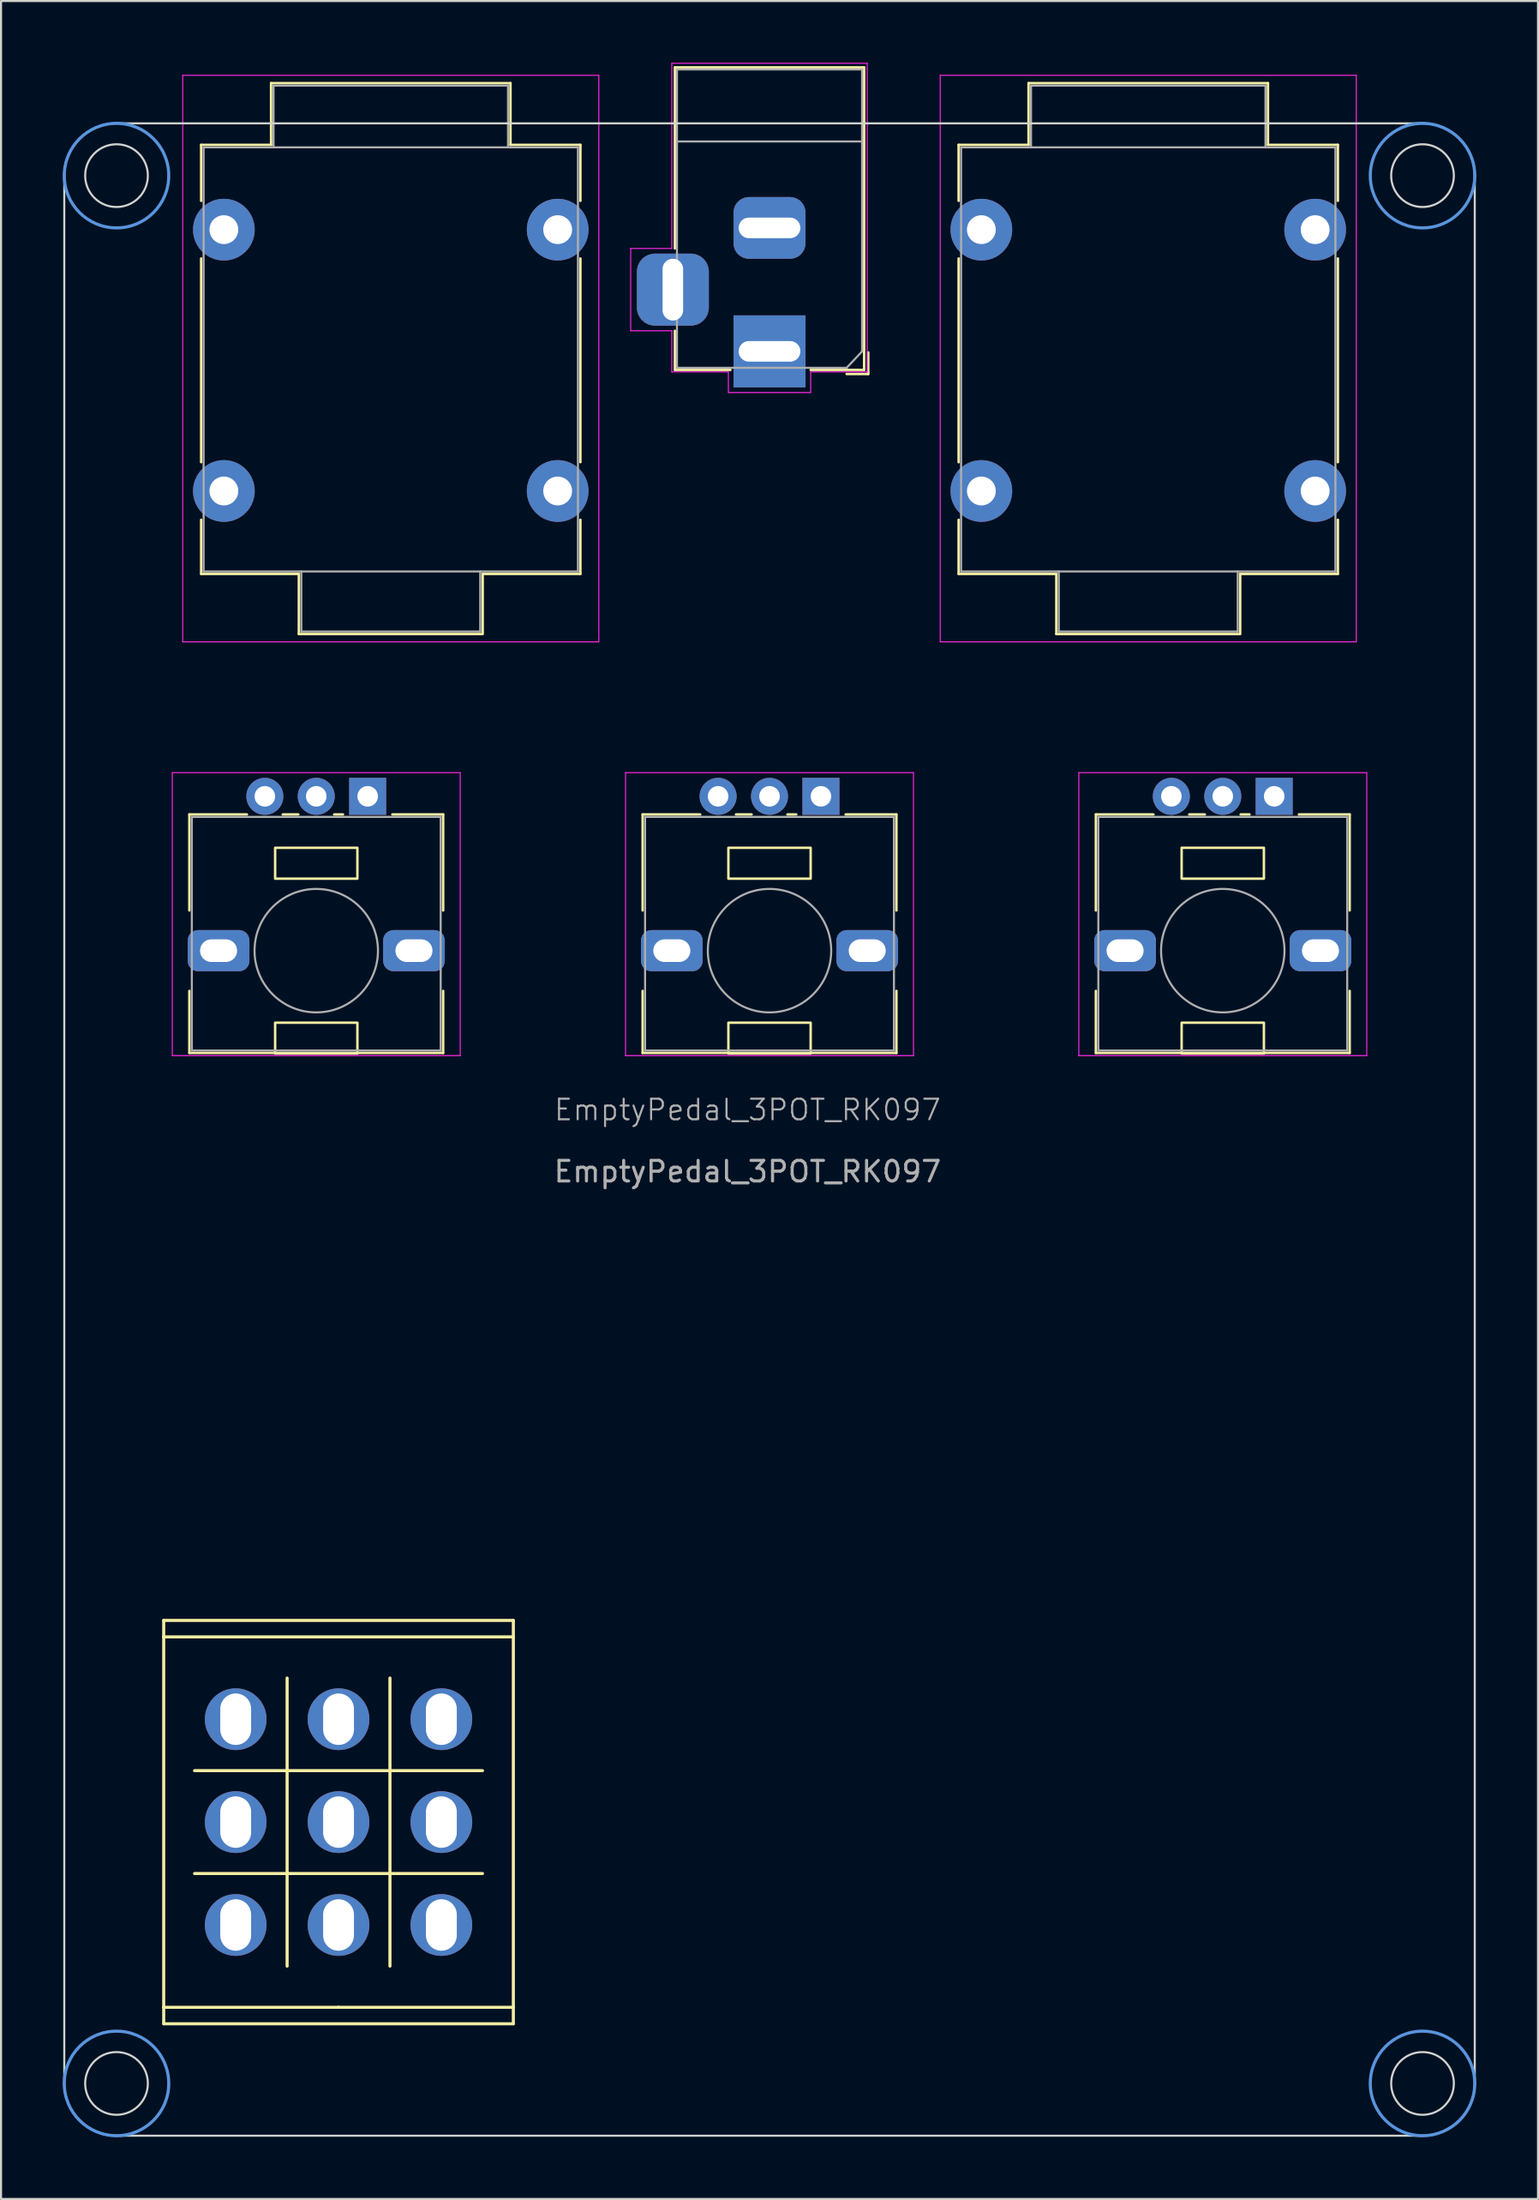
<source format=kicad_pcb>
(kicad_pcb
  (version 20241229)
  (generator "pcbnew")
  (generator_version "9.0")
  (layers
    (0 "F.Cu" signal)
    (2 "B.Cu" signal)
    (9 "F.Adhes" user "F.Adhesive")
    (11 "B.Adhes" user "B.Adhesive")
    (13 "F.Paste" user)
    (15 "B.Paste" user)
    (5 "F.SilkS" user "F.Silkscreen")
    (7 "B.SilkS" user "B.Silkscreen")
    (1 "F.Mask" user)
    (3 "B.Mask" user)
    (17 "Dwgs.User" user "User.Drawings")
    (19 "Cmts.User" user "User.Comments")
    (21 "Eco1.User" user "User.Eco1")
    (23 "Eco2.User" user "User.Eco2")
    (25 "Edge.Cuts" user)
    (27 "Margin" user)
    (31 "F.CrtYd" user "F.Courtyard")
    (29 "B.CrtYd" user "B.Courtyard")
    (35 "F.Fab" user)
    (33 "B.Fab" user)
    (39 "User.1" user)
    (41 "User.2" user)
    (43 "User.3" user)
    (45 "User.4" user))
  (footprint "EmptyPedal_3POT_RK097"
    (layer "F.Cu")
    (at 33.298 51.383)
    (property "Reference" "EmptyPedal_3POT_RK097" (at 0 -0.5 0) (unlocked yes) (layer "F.Fab") (effects (font (size 1 1) (thickness 0.1))))
    (attr through_hole)
    (fp_line (start -28.388 24.312) (end -11.388 24.312) (stroke (width 0.15) (type solid)) (layer "F.SilkS"))
    (fp_line (start -28.388 25.112) (end -28.388 24.312) (stroke (width 0.15) (type solid)) (layer "F.SilkS"))
    (fp_line (start -28.388 25.112) (end -28.388 43.112) (stroke (width 0.15) (type solid)) (layer "F.SilkS"))
    (fp_line (start -28.388 25.112) (end -11.388 25.112) (stroke (width 0.15) (type solid)) (layer "F.SilkS"))
    (fp_line (start -28.388 43.112) (end -19.888 43.112) (stroke (width 0.15) (type solid)) (layer "F.SilkS"))
    (fp_line (start -28.388 43.912) (end -28.388 43.112) (stroke (width 0.15) (type solid)) (layer "F.SilkS"))
    (fp_line (start -28.388 43.912) (end -11.388 43.912) (stroke (width 0.15) (type solid)) (layer "F.SilkS"))
    (fp_line (start -27.141 -14.855) (end -27.141 -10.189) (stroke (width 0.12) (type solid)) (layer "F.SilkS"))
    (fp_line (start -27.141 -6.28) (end -27.141 -3.265) (stroke (width 0.12) (type solid)) (layer "F.SilkS"))
    (fp_line (start -26.888 36.612) (end -12.888 36.612) (stroke (width 0.15) (type solid)) (layer "F.SilkS"))
    (fp_line (start -26.568 -47.393) (end -26.568 -44.673) (stroke (width 0.12) (type solid)) (layer "F.SilkS"))
    (fp_line (start -26.568 -31.973) (end -26.568 -41.873) (stroke (width 0.12) (type solid)) (layer "F.SilkS"))
    (fp_line (start -26.568 -26.543) (end -26.568 -29.173) (stroke (width 0.12) (type solid)) (layer "F.SilkS"))
    (fp_line (start -24.341 -14.855) (end -27.141 -14.855) (stroke (width 0.12) (type solid)) (layer "F.SilkS"))
    (fp_line (start -23.168 -47.393) (end -26.568 -47.393) (stroke (width 0.12) (type solid)) (layer "F.SilkS"))
    (fp_line (start -23.168 -47.393) (end -23.168 -50.393) (stroke (width 0.12) (type solid)) (layer "F.SilkS"))
    (fp_line (start -22.388 41.112) (end -22.388 27.112) (stroke (width 0.15) (type solid)) (layer "F.SilkS"))
    (fp_line (start -21.842 -14.855) (end -22.601 -14.855) (stroke (width 0.12) (type solid)) (layer "F.SilkS"))
    (fp_line (start -21.818 -26.543) (end -26.568 -26.543) (stroke (width 0.12) (type solid)) (layer "F.SilkS"))
    (fp_line (start -21.818 -23.623) (end -21.818 -26.543) (stroke (width 0.12) (type solid)) (layer "F.SilkS"))
    (fp_line (start -19.671 -14.855) (end -20.101 -14.855) (stroke (width 0.12) (type solid)) (layer "F.SilkS"))
    (fp_line (start -17.388 27.112) (end -17.388 41.112) (stroke (width 0.15) (type solid)) (layer "F.SilkS"))
    (fp_line (start -14.801 -14.855) (end -17.271 -14.855) (stroke (width 0.12) (type solid)) (layer "F.SilkS"))
    (fp_line (start -14.801 -14.855) (end -14.801 -10.189) (stroke (width 0.12) (type solid)) (layer "F.SilkS"))
    (fp_line (start -14.801 -6.28) (end -14.801 -3.265) (stroke (width 0.12) (type solid)) (layer "F.SilkS"))
    (fp_line (start -14.801 -3.265) (end -27.141 -3.265) (stroke (width 0.12) (type solid)) (layer "F.SilkS"))
    (fp_line (start -12.918 -23.623) (end -21.818 -23.623) (stroke (width 0.12) (type solid)) (layer "F.SilkS"))
    (fp_line (start -12.888 31.612) (end -26.888 31.612) (stroke (width 0.15) (type solid)) (layer "F.SilkS"))
    (fp_line (start -12.878 -23.623) (end -12.878 -26.543) (stroke (width 0.12) (type solid)) (layer "F.SilkS"))
    (fp_line (start -11.528 -50.393) (end -23.168 -50.393) (stroke (width 0.12) (type solid)) (layer "F.SilkS"))
    (fp_line (start -11.528 -47.393) (end -11.528 -50.393) (stroke (width 0.12) (type solid)) (layer "F.SilkS"))
    (fp_line (start -11.388 24.312) (end -11.388 25.112) (stroke (width 0.15) (type solid)) (layer "F.SilkS"))
    (fp_line (start -11.388 25.112) (end -11.388 43.112) (stroke (width 0.15) (type solid)) (layer "F.SilkS"))
    (fp_line (start -11.388 43.112) (end -19.888 43.112) (stroke (width 0.15) (type solid)) (layer "F.SilkS"))
    (fp_line (start -11.388 43.912) (end -11.388 43.112) (stroke (width 0.15) (type solid)) (layer "F.SilkS"))
    (fp_line (start -8.128 -47.393) (end -11.528 -47.393) (stroke (width 0.12) (type solid)) (layer "F.SilkS"))
    (fp_line (start -8.128 -47.393) (end -8.128 -44.673) (stroke (width 0.12) (type solid)) (layer "F.SilkS"))
    (fp_line (start -8.128 -41.873) (end -8.128 -31.973) (stroke (width 0.12) (type solid)) (layer "F.SilkS"))
    (fp_line (start -8.128 -29.173) (end -8.128 -26.543) (stroke (width 0.12) (type solid)) (layer "F.SilkS"))
    (fp_line (start -8.128 -26.543) (end -12.878 -26.543) (stroke (width 0.12) (type solid)) (layer "F.SilkS"))
    (fp_line (start -5.103 -14.855) (end -5.103 -10.189) (stroke (width 0.12) (type solid)) (layer "F.SilkS"))
    (fp_line (start -5.103 -6.28) (end -5.103 -3.265) (stroke (width 0.12) (type solid)) (layer "F.SilkS"))
    (fp_line (start -3.533 -51.158) (end 5.667 -51.158) (stroke (width 0.12) (type solid)) (layer "F.SilkS"))
    (fp_line (start -3.533 -42.358) (end -3.533 -51.158) (stroke (width 0.12) (type solid)) (layer "F.SilkS"))
    (fp_line (start -3.533 -36.458) (end -3.533 -38.358) (stroke (width 0.12) (type solid)) (layer "F.SilkS"))
    (fp_line (start -2.303 -14.855) (end -5.103 -14.855) (stroke (width 0.12) (type solid)) (layer "F.SilkS"))
    (fp_line (start -0.833 -36.458) (end -3.533 -36.458) (stroke (width 0.12) (type solid)) (layer "F.SilkS"))
    (fp_line (start 0.196 -14.855) (end -0.563 -14.855) (stroke (width 0.12) (type solid)) (layer "F.SilkS"))
    (fp_line (start 2.367 -14.855) (end 1.937 -14.855) (stroke (width 0.12) (type solid)) (layer "F.SilkS"))
    (fp_line (start 4.817 -36.258) (end 5.867 -36.258) (stroke (width 0.12) (type solid)) (layer "F.SilkS"))
    (fp_line (start 5.667 -51.158) (end 5.667 -36.458) (stroke (width 0.12) (type solid)) (layer "F.SilkS"))
    (fp_line (start 5.667 -36.458) (end 3.067 -36.458) (stroke (width 0.12) (type solid)) (layer "F.SilkS"))
    (fp_line (start 5.867 -37.308) (end 5.867 -36.258) (stroke (width 0.12) (type solid)) (layer "F.SilkS"))
    (fp_line (start 7.237 -14.855) (end 4.767 -14.855) (stroke (width 0.12) (type solid)) (layer "F.SilkS"))
    (fp_line (start 7.237 -14.855) (end 7.237 -10.189) (stroke (width 0.12) (type solid)) (layer "F.SilkS"))
    (fp_line (start 7.237 -6.28) (end 7.237 -3.265) (stroke (width 0.12) (type solid)) (layer "F.SilkS"))
    (fp_line (start 7.237 -3.265) (end -5.103 -3.265) (stroke (width 0.12) (type solid)) (layer "F.SilkS"))
    (fp_line (start 10.262 -47.393) (end 10.262 -44.673) (stroke (width 0.12) (type solid)) (layer "F.SilkS"))
    (fp_line (start 10.262 -31.973) (end 10.262 -41.873) (stroke (width 0.12) (type solid)) (layer "F.SilkS"))
    (fp_line (start 10.262 -26.543) (end 10.262 -29.173) (stroke (width 0.12) (type solid)) (layer "F.SilkS"))
    (fp_line (start 13.662 -47.393) (end 10.262 -47.393) (stroke (width 0.12) (type solid)) (layer "F.SilkS"))
    (fp_line (start 13.662 -47.393) (end 13.662 -50.393) (stroke (width 0.12) (type solid)) (layer "F.SilkS"))
    (fp_line (start 15.012 -26.543) (end 10.262 -26.543) (stroke (width 0.12) (type solid)) (layer "F.SilkS"))
    (fp_line (start 15.012 -23.623) (end 15.012 -26.543) (stroke (width 0.12) (type solid)) (layer "F.SilkS"))
    (fp_line (start 16.935 -14.855) (end 16.935 -10.189) (stroke (width 0.12) (type solid)) (layer "F.SilkS"))
    (fp_line (start 16.935 -6.28) (end 16.935 -3.265) (stroke (width 0.12) (type solid)) (layer "F.SilkS"))
    (fp_line (start 19.735 -14.855) (end 16.935 -14.855) (stroke (width 0.12) (type solid)) (layer "F.SilkS"))
    (fp_line (start 22.234 -14.855) (end 21.475 -14.855) (stroke (width 0.12) (type solid)) (layer "F.SilkS"))
    (fp_line (start 23.912 -23.623) (end 15.012 -23.623) (stroke (width 0.12) (type solid)) (layer "F.SilkS"))
    (fp_line (start 23.952 -23.623) (end 23.952 -26.543) (stroke (width 0.12) (type solid)) (layer "F.SilkS"))
    (fp_line (start 24.405 -14.855) (end 23.975 -14.855) (stroke (width 0.12) (type solid)) (layer "F.SilkS"))
    (fp_line (start 25.302 -50.393) (end 13.662 -50.393) (stroke (width 0.12) (type solid)) (layer "F.SilkS"))
    (fp_line (start 25.302 -47.393) (end 25.302 -50.393) (stroke (width 0.12) (type solid)) (layer "F.SilkS"))
    (fp_line (start 28.702 -47.393) (end 25.302 -47.393) (stroke (width 0.12) (type solid)) (layer "F.SilkS"))
    (fp_line (start 28.702 -47.393) (end 28.702 -44.673) (stroke (width 0.12) (type solid)) (layer "F.SilkS"))
    (fp_line (start 28.702 -41.873) (end 28.702 -31.973) (stroke (width 0.12) (type solid)) (layer "F.SilkS"))
    (fp_line (start 28.702 -29.173) (end 28.702 -26.543) (stroke (width 0.12) (type solid)) (layer "F.SilkS"))
    (fp_line (start 28.702 -26.543) (end 23.952 -26.543) (stroke (width 0.12) (type solid)) (layer "F.SilkS"))
    (fp_line (start 29.275 -14.855) (end 26.805 -14.855) (stroke (width 0.12) (type solid)) (layer "F.SilkS"))
    (fp_line (start 29.275 -14.855) (end 29.275 -10.189) (stroke (width 0.12) (type solid)) (layer "F.SilkS"))
    (fp_line (start 29.275 -6.28) (end 29.275 -3.265) (stroke (width 0.12) (type solid)) (layer "F.SilkS"))
    (fp_line (start 29.275 -3.265) (end 16.935 -3.265) (stroke (width 0.12) (type solid)) (layer "F.SilkS"))
    (fp_rect (start -18.971 -13.235) (end -22.971 -11.735) (stroke (width 0.12) (type solid)) (fill no) (layer "F.SilkS"))
    (fp_rect (start -18.971 -4.735) (end -22.971 -3.235) (stroke (width 0.12) (type solid)) (fill no) (layer "F.SilkS"))
    (fp_rect (start 3.067 -13.235) (end -0.933 -11.735) (stroke (width 0.12) (type solid)) (fill no) (layer "F.SilkS"))
    (fp_rect (start 3.067 -4.735) (end -0.933 -3.235) (stroke (width 0.12) (type solid)) (fill no) (layer "F.SilkS"))
    (fp_rect (start 25.105 -13.235) (end 21.105 -11.735) (stroke (width 0.12) (type solid)) (fill no) (layer "F.SilkS"))
    (fp_rect (start 25.105 -4.735) (end 21.105 -3.235) (stroke (width 0.12) (type solid)) (fill no) (layer "F.SilkS"))
    (fp_circle (center -30.683 -45.898) (end -28.143 -45.898) (stroke (width 0.15) (type default)) (fill no) (layer "Cmts.User"))
    (fp_circle (center -30.683 46.812) (end -28.143 46.812) (stroke (width 0.15) (type default)) (fill no) (layer "Cmts.User"))
    (fp_circle (center 32.817 -45.898) (end 35.357 -45.898) (stroke (width 0.15) (type default)) (fill no) (layer "Cmts.User"))
    (fp_circle (center 32.817 46.812) (end 35.357 46.812) (stroke (width 0.15) (type default)) (fill no) (layer "Cmts.User"))
    (fp_line (start -33.223 -45.898) (end -33.223 46.812) (stroke (width 0.1) (type default)) (layer "Edge.Cuts"))
    (fp_line (start -30.683 49.352) (end 32.817 49.352) (stroke (width 0.1) (type default)) (layer "Edge.Cuts"))
    (fp_line (start 32.817 -48.438) (end -30.683 -48.438) (stroke (width 0.1) (type default)) (layer "Edge.Cuts"))
    (fp_line (start 35.357 46.812) (end 35.357 -45.898) (stroke (width 0.1) (type default)) (layer "Edge.Cuts"))
    (fp_arc (start -33.2232 -45.8978) (mid -32.479251 -47.693851) (end -30.6832 -48.4378) (stroke (width 0.1) (type default)) (layer "Edge.Cuts"))
    (fp_arc (start -30.6832 49.3522) (mid -32.479251 48.608251) (end -33.2232 46.8122) (stroke (width 0.1) (type default)) (layer "Edge.Cuts"))
    (fp_arc (start 32.8168 -48.4378) (mid 34.612851 -47.693851) (end 35.3568 -45.8978) (stroke (width 0.1) (type default)) (layer "Edge.Cuts"))
    (fp_arc (start 35.3568 46.8122) (mid 34.612851 48.608251) (end 32.8168 49.3522) (stroke (width 0.1) (type default)) (layer "Edge.Cuts"))
    (fp_circle (center -30.683 -45.898) (end -29.159 -45.898) (stroke (width 0.1) (type default)) (fill no) (layer "Edge.Cuts"))
    (fp_circle (center -30.683 46.812) (end -29.159 46.812) (stroke (width 0.1) (type default)) (fill no) (layer "Edge.Cuts"))
    (fp_circle (center 32.817 -45.898) (end 34.341 -45.898) (stroke (width 0.1) (type default)) (fill no) (layer "Edge.Cuts"))
    (fp_circle (center 32.817 46.812) (end 34.341 46.812) (stroke (width 0.1) (type default)) (fill no) (layer "Edge.Cuts"))
    (fp_line (start -27.971 -16.885) (end -27.971 -3.135) (stroke (width 0.05) (type solid)) (layer "F.CrtYd"))
    (fp_line (start -27.971 -3.135) (end -13.971 -3.135) (stroke (width 0.05) (type solid)) (layer "F.CrtYd"))
    (fp_line (start -27.463 -50.773) (end -27.463 -23.243) (stroke (width 0.05) (type solid)) (layer "F.CrtYd"))
    (fp_line (start -13.971 -16.885) (end -27.971 -16.885) (stroke (width 0.05) (type solid)) (layer "F.CrtYd"))
    (fp_line (start -13.971 -3.135) (end -13.971 -16.885) (stroke (width 0.05) (type solid)) (layer "F.CrtYd"))
    (fp_line (start -7.233 -50.773) (end -27.463 -50.773) (stroke (width 0.05) (type solid)) (layer "F.CrtYd"))
    (fp_line (start -7.233 -23.243) (end -27.463 -23.243) (stroke (width 0.05) (type solid)) (layer "F.CrtYd"))
    (fp_line (start -7.233 -23.243) (end -7.233 -50.773) (stroke (width 0.05) (type solid)) (layer "F.CrtYd"))
    (fp_line (start -5.933 -16.885) (end -5.933 -3.135) (stroke (width 0.05) (type solid)) (layer "F.CrtYd"))
    (fp_line (start -5.933 -3.135) (end 8.067 -3.135) (stroke (width 0.05) (type solid)) (layer "F.CrtYd"))
    (fp_line (start -5.683 -42.358) (end -3.683 -42.358) (stroke (width 0.05) (type solid)) (layer "F.CrtYd"))
    (fp_line (start -5.683 -38.358) (end -5.683 -42.358) (stroke (width 0.05) (type solid)) (layer "F.CrtYd"))
    (fp_line (start -3.683 -51.358) (end 5.817 -51.358) (stroke (width 0.05) (type solid)) (layer "F.CrtYd"))
    (fp_line (start -3.683 -42.358) (end -3.683 -51.358) (stroke (width 0.05) (type solid)) (layer "F.CrtYd"))
    (fp_line (start -3.683 -38.358) (end -5.683 -38.358) (stroke (width 0.05) (type solid)) (layer "F.CrtYd"))
    (fp_line (start -3.683 -36.358) (end -3.683 -38.358) (stroke (width 0.05) (type solid)) (layer "F.CrtYd"))
    (fp_line (start -0.933 -36.358) (end -3.683 -36.358) (stroke (width 0.05) (type solid)) (layer "F.CrtYd"))
    (fp_line (start -0.933 -35.358) (end -0.933 -36.358) (stroke (width 0.05) (type solid)) (layer "F.CrtYd"))
    (fp_line (start 3.067 -36.358) (end 3.067 -35.358) (stroke (width 0.05) (type solid)) (layer "F.CrtYd"))
    (fp_line (start 3.067 -35.358) (end -0.933 -35.358) (stroke (width 0.05) (type solid)) (layer "F.CrtYd"))
    (fp_line (start 5.567 -36.358) (end 3.067 -36.358) (stroke (width 0.05) (type solid)) (layer "F.CrtYd"))
    (fp_line (start 5.567 -36.358) (end 5.817 -36.358) (stroke (width 0.05) (type solid)) (layer "F.CrtYd"))
    (fp_line (start 5.817 -36.358) (end 5.817 -51.358) (stroke (width 0.05) (type solid)) (layer "F.CrtYd"))
    (fp_line (start 8.067 -16.885) (end -5.933 -16.885) (stroke (width 0.05) (type solid)) (layer "F.CrtYd"))
    (fp_line (start 8.067 -3.135) (end 8.067 -16.885) (stroke (width 0.05) (type solid)) (layer "F.CrtYd"))
    (fp_line (start 9.367 -50.773) (end 9.367 -23.243) (stroke (width 0.05) (type solid)) (layer "F.CrtYd"))
    (fp_line (start 16.105 -16.885) (end 16.105 -3.135) (stroke (width 0.05) (type solid)) (layer "F.CrtYd"))
    (fp_line (start 16.105 -3.135) (end 30.105 -3.135) (stroke (width 0.05) (type solid)) (layer "F.CrtYd"))
    (fp_line (start 29.597 -50.773) (end 9.367 -50.773) (stroke (width 0.05) (type solid)) (layer "F.CrtYd"))
    (fp_line (start 29.597 -23.243) (end 9.367 -23.243) (stroke (width 0.05) (type solid)) (layer "F.CrtYd"))
    (fp_line (start 29.597 -23.243) (end 29.597 -50.773) (stroke (width 0.05) (type solid)) (layer "F.CrtYd"))
    (fp_line (start 30.105 -16.885) (end 16.105 -16.885) (stroke (width 0.05) (type solid)) (layer "F.CrtYd"))
    (fp_line (start 30.105 -3.135) (end 30.105 -16.885) (stroke (width 0.05) (type solid)) (layer "F.CrtYd"))
    (fp_line (start -27.021 -14.735) (end -27.021 -3.385) (stroke (width 0.1) (type solid)) (layer "F.Fab"))
    (fp_line (start -27.021 -3.385) (end -14.921 -3.385) (stroke (width 0.1) (type solid)) (layer "F.Fab"))
    (fp_line (start -26.448 -47.273) (end -26.448 -26.663) (stroke (width 0.1) (type solid)) (layer "F.Fab"))
    (fp_line (start -23.048 -50.273) (end -23.048 -47.273) (stroke (width 0.1) (type solid)) (layer "F.Fab"))
    (fp_line (start -21.698 -23.743) (end -21.698 -26.663) (stroke (width 0.1) (type solid)) (layer "F.Fab"))
    (fp_line (start -14.921 -14.735) (end -27.021 -14.735) (stroke (width 0.1) (type solid)) (layer "F.Fab"))
    (fp_line (start -14.921 -3.385) (end -14.921 -14.735) (stroke (width 0.1) (type solid)) (layer "F.Fab"))
    (fp_line (start -12.998 -23.743) (end -21.698 -23.743) (stroke (width 0.1) (type solid)) (layer "F.Fab"))
    (fp_line (start -12.998 -23.743) (end -12.998 -26.663) (stroke (width 0.1) (type solid)) (layer "F.Fab"))
    (fp_line (start -11.648 -50.273) (end -23.048 -50.273) (stroke (width 0.1) (type solid)) (layer "F.Fab"))
    (fp_line (start -11.648 -50.273) (end -11.648 -47.273) (stroke (width 0.1) (type solid)) (layer "F.Fab"))
    (fp_line (start -8.248 -47.273) (end -26.448 -47.273) (stroke (width 0.1) (type solid)) (layer "F.Fab"))
    (fp_line (start -8.248 -47.273) (end -8.248 -26.663) (stroke (width 0.1) (type solid)) (layer "F.Fab"))
    (fp_line (start -8.248 -26.663) (end -26.448 -26.663) (stroke (width 0.1) (type solid)) (layer "F.Fab"))
    (fp_line (start -4.983 -14.735) (end -4.983 -3.385) (stroke (width 0.1) (type solid)) (layer "F.Fab"))
    (fp_line (start -4.983 -3.385) (end 7.117 -3.385) (stroke (width 0.1) (type solid)) (layer "F.Fab"))
    (fp_line (start -3.433 -51.058) (end -3.433 -36.558) (stroke (width 0.1) (type solid)) (layer "F.Fab"))
    (fp_line (start -3.433 -36.558) (end 4.817 -36.558) (stroke (width 0.1) (type solid)) (layer "F.Fab"))
    (fp_line (start 5.567 -51.058) (end -3.433 -51.058) (stroke (width 0.1) (type solid)) (layer "F.Fab"))
    (fp_line (start 5.567 -47.558) (end -3.433 -47.558) (stroke (width 0.1) (type solid)) (layer "F.Fab"))
    (fp_line (start 5.567 -37.358) (end 5.567 -51.058) (stroke (width 0.1) (type solid)) (layer "F.Fab"))
    (fp_line (start 5.572 -37.361) (end 4.817 -36.558) (stroke (width 0.1) (type solid)) (layer "F.Fab"))
    (fp_line (start 7.117 -14.735) (end -4.983 -14.735) (stroke (width 0.1) (type solid)) (layer "F.Fab"))
    (fp_line (start 7.117 -3.385) (end 7.117 -14.735) (stroke (width 0.1) (type solid)) (layer "F.Fab"))
    (fp_line (start 10.382 -47.273) (end 10.382 -26.663) (stroke (width 0.1) (type solid)) (layer "F.Fab"))
    (fp_line (start 13.782 -50.273) (end 13.782 -47.273) (stroke (width 0.1) (type solid)) (layer "F.Fab"))
    (fp_line (start 15.132 -23.743) (end 15.132 -26.663) (stroke (width 0.1) (type solid)) (layer "F.Fab"))
    (fp_line (start 17.055 -14.735) (end 17.055 -3.385) (stroke (width 0.1) (type solid)) (layer "F.Fab"))
    (fp_line (start 17.055 -3.385) (end 29.155 -3.385) (stroke (width 0.1) (type solid)) (layer "F.Fab"))
    (fp_line (start 23.832 -23.743) (end 15.132 -23.743) (stroke (width 0.1) (type solid)) (layer "F.Fab"))
    (fp_line (start 23.832 -23.743) (end 23.832 -26.663) (stroke (width 0.1) (type solid)) (layer "F.Fab"))
    (fp_line (start 25.182 -50.273) (end 13.782 -50.273) (stroke (width 0.1) (type solid)) (layer "F.Fab"))
    (fp_line (start 25.182 -50.273) (end 25.182 -47.273) (stroke (width 0.1) (type solid)) (layer "F.Fab"))
    (fp_line (start 28.582 -47.273) (end 10.382 -47.273) (stroke (width 0.1) (type solid)) (layer "F.Fab"))
    (fp_line (start 28.582 -47.273) (end 28.582 -26.663) (stroke (width 0.1) (type solid)) (layer "F.Fab"))
    (fp_line (start 28.582 -26.663) (end 10.382 -26.663) (stroke (width 0.1) (type solid)) (layer "F.Fab"))
    (fp_line (start 29.155 -14.735) (end 17.055 -14.735) (stroke (width 0.1) (type solid)) (layer "F.Fab"))
    (fp_line (start 29.155 -3.385) (end 29.155 -14.735) (stroke (width 0.1) (type solid)) (layer "F.Fab"))
    (fp_circle (center -20.971 -8.235) (end -20.971 -5.235) (stroke (width 0.1) (type solid)) (fill no) (layer "F.Fab"))
    (fp_circle (center 1.067 -8.235) (end 1.067 -5.235) (stroke (width 0.1) (type solid)) (fill no) (layer "F.Fab"))
    (fp_circle (center 23.105 -8.235) (end 23.105 -5.235) (stroke (width 0.1) (type solid)) (fill no) (layer "F.Fab"))
    (fp_text user "${REFERENCE}" (at 0 2.5 0) (unlocked yes) (layer "F.Fab") (effects (font (size 1 1) (thickness 0.15))))
    (pad "1" thru_hole circle (at 11.367 -30.573 90) (size 3 3) (drill 1.4) (layers "*.Cu" "*.Mask"))
    (pad "2" thru_hole circle (at -25.463 -30.573 90) (size 3 3) (drill 1.4) (layers "*.Cu" "*.Mask"))
    (pad "3" thru_hole circle (at -25.463 -43.273 90) (size 3 3) (drill 1.4) (layers "*.Cu" "*.Mask"))
    (pad "3" thru_hole rect (at 1.067 -37.358 270) (size 3.5 3.5) (drill oval 1 3) (layers "*.Cu" "*.Mask"))
    (pad "3" thru_hole circle (at 11.367 -43.273 90) (size 3 3) (drill 1.4) (layers "*.Cu" "*.Mask"))
    (pad "4" thru_hole oval (at -14.888 29.112 270) (size 3 3) (drill oval 2.5 1.5) (layers "*.Cu" "*.Mask"))
    (pad "5" thru_hole oval (at -19.888 29.112 270) (size 3 3) (drill oval 2.5 1.5) (layers "*.Cu" "*.Mask"))
    (pad "6" thru_hole oval (at -24.888 29.112 270) (size 3 3) (drill oval 2.5 1.5) (layers "*.Cu" "*.Mask"))
    (pad "7" thru_hole oval (at -14.888 34.112 270) (size 3 3) (drill oval 2.5 1.5) (layers "*.Cu" "*.Mask"))
    (pad "8" thru_hole oval (at -19.888 34.112 270) (size 3 3) (drill oval 2.5 1.5) (layers "*.Cu" "*.Mask"))
    (pad "9" thru_hole oval (at -24.888 34.112 270) (size 3 3) (drill oval 2.5 1.5) (layers "*.Cu" "*.Mask"))
    (pad "10" thru_hole oval (at -14.888 39.112 270) (size 3 3) (drill oval 2.5 1.5) (layers "*.Cu" "*.Mask"))
    (pad "11" thru_hole oval (at -19.888 39.112 270) (size 3 3) (drill oval 2.5 1.5) (layers "*.Cu" "*.Mask"))
    (pad "12" thru_hole oval (at -24.888 39.112 270) (size 3 3) (drill oval 2.5 1.5) (layers "*.Cu" "*.Mask"))
    (pad "13" thru_hole roundrect (at 1.067 -43.358 270) (size 3 3.5) (drill oval 1 3) (layers "*.Cu" "*.Mask") (roundrect_rratio 0.25))
    (pad "14" thru_hole rect (at -18.471 -15.735 270) (size 1.8 1.8) (drill 1) (layers "*.Cu" "*.Mask"))
    (pad "15" thru_hole circle (at -20.971 -15.735 270) (size 1.8 1.8) (drill 1) (layers "*.Cu" "*.Mask"))
    (pad "16" thru_hole circle (at -23.471 -15.735 270) (size 1.8 1.8) (drill 1) (layers "*.Cu" "*.Mask"))
    (pad "17" thru_hole rect (at 3.567 -15.735 270) (size 1.8 1.8) (drill 1) (layers "*.Cu" "*.Mask"))
    (pad "18" thru_hole circle (at 1.067 -15.735 270) (size 1.8 1.8) (drill 1) (layers "*.Cu" "*.Mask"))
    (pad "19" thru_hole circle (at -1.433 -15.735 270) (size 1.8 1.8) (drill 1) (layers "*.Cu" "*.Mask"))
    (pad "20" thru_hole rect (at 25.605 -15.735 270) (size 1.8 1.8) (drill 1) (layers "*.Cu" "*.Mask"))
    (pad "21" thru_hole circle (at 23.105 -15.735 270) (size 1.8 1.8) (drill 1) (layers "*.Cu" "*.Mask"))
    (pad "22" thru_hole circle (at 20.605 -15.735 270) (size 1.8 1.8) (drill 1) (layers "*.Cu" "*.Mask"))
    (pad "MP" thru_hole roundrect (at -25.721 -8.235 270) (size 2 3) (drill oval 1.1 1.8) (layers "*.Cu" "*.Mask") (roundrect_rratio 0.25))
    (pad "MP" thru_hole roundrect (at -16.221 -8.235 270) (size 2 3) (drill oval 1.1 1.8) (layers "*.Cu" "*.Mask") (roundrect_rratio 0.25))
    (pad "MP" thru_hole roundrect (at -3.683 -8.235 270) (size 2 3) (drill oval 1.1 1.8) (layers "*.Cu" "*.Mask") (roundrect_rratio 0.25))
    (pad "MP" thru_hole roundrect (at 5.817 -8.235 270) (size 2 3) (drill oval 1.1 1.8) (layers "*.Cu" "*.Mask") (roundrect_rratio 0.25))
    (pad "MP" thru_hole roundrect (at 18.355 -8.235 270) (size 2 3) (drill oval 1.1 1.8) (layers "*.Cu" "*.Mask") (roundrect_rratio 0.25))
    (pad "MP" thru_hole roundrect (at 27.855 -8.235 270) (size 2 3) (drill oval 1.1 1.8) (layers "*.Cu" "*.Mask") (roundrect_rratio 0.25))
    (pad "NC" thru_hole circle (at -9.233 -30.573 90) (size 3 3) (drill 1.4) (layers "*.Cu" "*.Mask"))
    (pad "NC" thru_hole roundrect (at -3.633 -40.358 270) (size 3.5 3.5) (drill oval 3 1) (layers "*.Cu" "*.Mask") (roundrect_rratio 0.25))
    (pad "NC" thru_hole circle (at 27.597 -30.573 90) (size 3 3) (drill 1.4) (layers "*.Cu" "*.Mask"))
    (pad "NC_GND" thru_hole circle (at -9.233 -43.273 90) (size 3 3) (drill 1.4) (layers "*.Cu" "*.Mask"))
    (pad "NC_GND" thru_hole circle (at 27.597 -43.273 90) (size 3 3) (drill 1.4) (layers "*.Cu" "*.Mask"))
    (zone (net_name "") (layer "F.Cu") (name "Copper Keep Out") (hatch full 0.508) (connect_pads) (min_thickness 0.254) (filled_areas_thickness no) (keepout (tracks not_allowed) (vias not_allowed) (pads not_allowed) (copperpour not_allowed) (footprints not_allowed)) (placement (enabled no)) (fill) (polygon (pts (xy 10.327 39.648) (xy 10.327 38.148) (xy 14.327 38.148) (xy 14.327 39.648))))
    (zone (net_name "") (layer "F.Cu") (name "Copper Keep Out") (hatch full 0.508) (connect_pads) (min_thickness 0.254) (filled_areas_thickness no) (keepout (tracks not_allowed) (vias not_allowed) (pads not_allowed) (copperpour not_allowed) (footprints not_allowed)) (placement (enabled no)) (fill) (polygon (pts (xy 10.327 48.048) (xy 10.327 46.648) (xy 14.327 46.648) (xy 14.327 48.048))))
    (zone (net_name "") (layer "F.Cu") (name "Copper Keep Out") (hatch full 0.508) (connect_pads) (min_thickness 0.254) (filled_areas_thickness no) (keepout (tracks not_allowed) (vias not_allowed) (pads not_allowed) (copperpour not_allowed) (footprints not_allowed)) (placement (enabled no)) (fill) (polygon (pts (xy 32.365 39.648) (xy 32.365 38.148) (xy 36.365 38.148) (xy 36.365 39.648))))
    (zone (net_name "") (layer "F.Cu") (name "Copper Keep Out") (hatch full 0.508) (connect_pads) (min_thickness 0.254) (filled_areas_thickness no) (keepout (tracks not_allowed) (vias not_allowed) (pads not_allowed) (copperpour not_allowed) (footprints not_allowed)) (placement (enabled no)) (fill) (polygon (pts (xy 32.365 48.048) (xy 32.365 46.648) (xy 36.365 46.648) (xy 36.365 48.048))))
    (zone (net_name "") (layer "F.Cu") (name "Copper Keep Out") (hatch full 0.508) (connect_pads) (min_thickness 0.254) (filled_areas_thickness no) (keepout (tracks not_allowed) (vias not_allowed) (pads not_allowed) (copperpour not_allowed) (footprints not_allowed)) (placement (enabled no)) (fill) (polygon (pts (xy 54.403 39.648) (xy 54.403 38.148) (xy 58.403 38.148) (xy 58.403 39.648))))
    (zone (net_name "") (layer "F.Cu") (name "Copper Keep Out") (hatch full 0.508) (connect_pads) (min_thickness 0.254) (filled_areas_thickness no) (keepout (tracks not_allowed) (vias not_allowed) (pads not_allowed) (copperpour not_allowed) (footprints not_allowed)) (placement (enabled no)) (fill) (polygon (pts (xy 54.403 48.048) (xy 54.403 46.648) (xy 58.403 46.648) (xy 58.403 48.048)))))
  (gr_rect
    (start -3 -3)
    (end 71.73 103.81)
    (stroke (width 0.1) (type default))
    (fill no)
    (layer "Edge.Cuts")))
</source>
